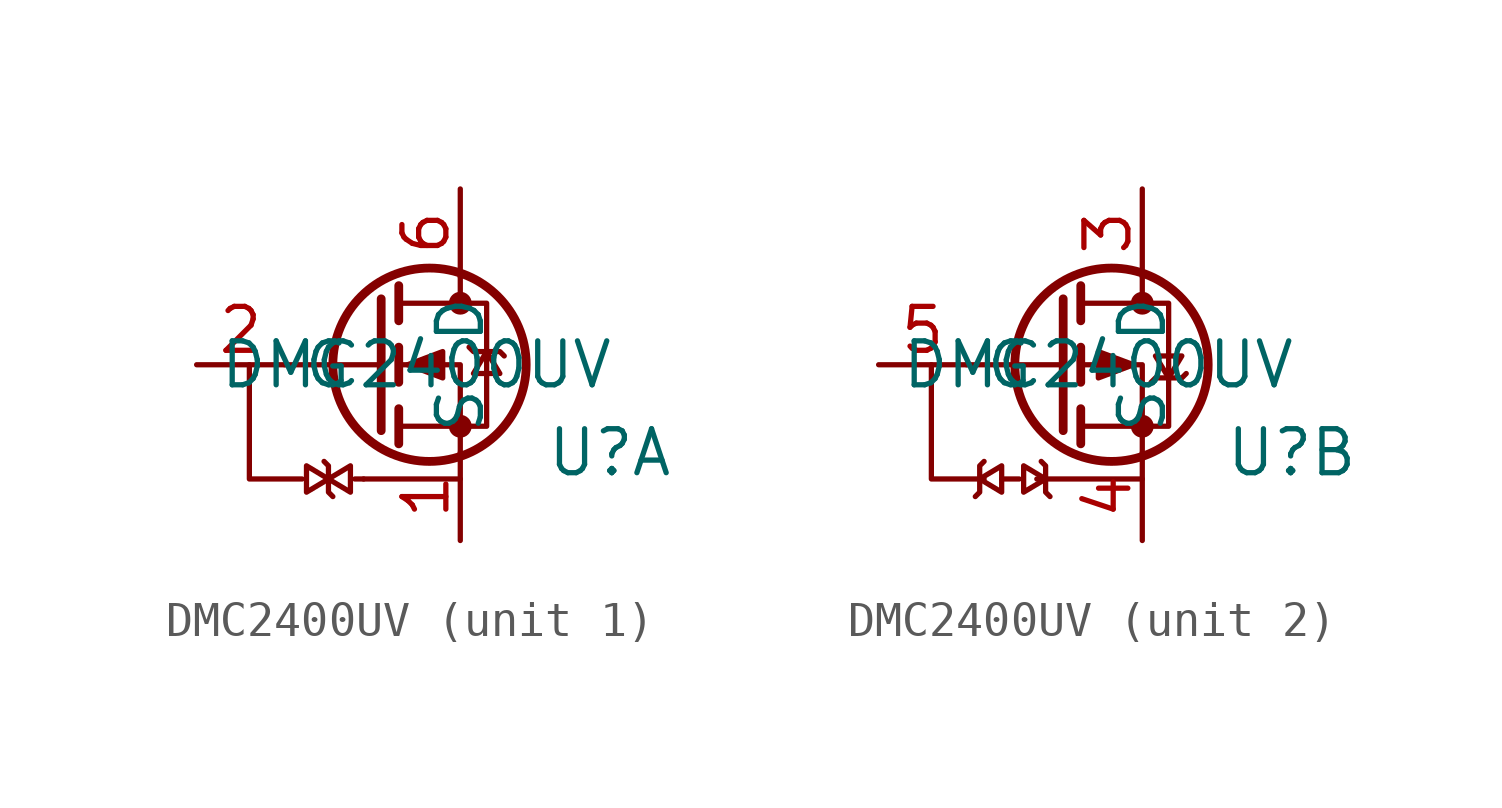
<source format=kicad_sym>
(kicad_symbol_lib
  (version 20231120)
  (generator "kicad_symbol_editor")
  (generator_version "8.0")
  (symbol "DMC2400UV"
    (property "Reference" "U"
      (at 6.858 -2.54 0)
      (effects (font (size 1.27 1.27))))
    (property "Value" "DMC2400UV"
      (at 1.27 0 0)
      (effects (font (size 1.27 1.27))))
    (property "ki_locked" ""
      (at 0 0 0)
      (effects (font (size 1.27 1.27))))
    (symbol "DMC2400UV_0_1"
      (polyline (pts (xy -0.254 -3.302) (xy -0.508 -3.302)) (stroke (width 0) (type default)) (fill (type none)))
      (polyline (pts (xy -0.254 -3.302) (xy 2.54 -3.302)) (stroke (width 0) (type default)) (fill (type none)))
      (polyline (pts (xy 0.254 0) (xy -2.54 0)) (stroke (width 0) (type default)) (fill (type none)))
      (polyline (pts (xy 0.254 1.905) (xy 0.254 -1.905)) (stroke (width 0.254) (type default)) (fill (type none)))
      (polyline (pts (xy 0.762 -1.27) (xy 0.762 -2.286)) (stroke (width 0.254) (type default)) (fill (type none)))
      (polyline (pts (xy 0.762 0.508) (xy 0.762 -0.508)) (stroke (width 0.254) (type default)) (fill (type none)))
      (polyline (pts (xy 0.762 2.286) (xy 0.762 1.27)) (stroke (width 0.254) (type default)) (fill (type none)))
      (polyline (pts (xy 2.54 2.54) (xy 2.54 1.778)) (stroke (width 0) (type default)) (fill (type none)))
      (polyline (pts (xy -3.556 0) (xy -3.556 -3.302) (xy -2.032 -3.302)) (stroke (width 0) (type default)) (fill (type none)))
      (polyline (pts (xy 2.54 -2.54) (xy 2.54 0) (xy 0.762 0)) (stroke (width 0) (type default)) (fill (type none)))
      (polyline (pts (xy 0.762 -1.778) (xy 3.302 -1.778) (xy 3.302 1.778) (xy 0.762 1.778)) (stroke (width 0) (type default)) (fill (type none)))
      (circle (center 1.651 0) (radius 2.794) (stroke (width 0.254) (type default)) (fill (type none)))
      (circle (center 2.54 -1.778) (radius 0.254) (stroke (width 0) (type default)) (fill (type outline)))
      (circle (center 2.54 1.778) (radius 0.254) (stroke (width 0) (type default)) (fill (type outline))))
    (symbol "DMC2400UV_1_1"
      (polyline (pts (xy -1.27 -3.302) (xy -1.905 -3.683) (xy -1.905 -2.921) (xy -1.27 -3.302)) (stroke (width 0) (type default)) (fill (type none)))
      (polyline (pts (xy -1.27 -3.302) (xy -0.635 -3.683) (xy -0.635 -2.921) (xy -1.27 -3.302)) (stroke (width 0) (type default)) (fill (type none)))
      (polyline (pts (xy -1.143 -3.81) (xy -1.27 -3.683) (xy -1.27 -2.921) (xy -1.397 -2.794)) (stroke (width 0) (type default)) (fill (type none)))
      (polyline (pts (xy 1.016 0) (xy 2.032 0.381) (xy 2.032 -0.381) (xy 1.016 0)) (stroke (width 0) (type default)) (fill (type outline)))
      (polyline (pts (xy 2.794 0.508) (xy 2.921 0.381) (xy 3.683 0.381) (xy 3.81 0.254)) (stroke (width 0) (type default)) (fill (type none)))
      (polyline (pts (xy 3.302 0.381) (xy 2.921 -0.254) (xy 3.683 -0.254) (xy 3.302 0.381)) (stroke (width 0) (type default)) (fill (type none)))
      (pin passive line (at 2.54 -5.08 90) (length 2.54) (name "S" (effects (font (size 1.27 1.27)))) (number "1" (effects (font (size 1.27 1.27)))))
      (pin input line (at -5.08 0 0) (length 2.54) (name "G" (effects (font (size 1.27 1.27)))) (number "2" (effects (font (size 1.27 1.27)))))
      (pin passive line (at 2.54 5.08 270) (length 2.54) (name "D" (effects (font (size 1.27 1.27)))) (number "6" (effects (font (size 1.27 1.27))))))
    (symbol "DMC2400UV_2_1"
      (polyline (pts (xy -1.524 -3.302) (xy -1.016 -3.302)) (stroke (width 0) (type default)) (fill (type none)))
      (polyline (pts (xy -2.286 -3.81) (xy -2.159 -3.683) (xy -2.159 -2.921) (xy -2.032 -2.794)) (stroke (width 0) (type default)) (fill (type none)))
      (polyline (pts (xy -2.159 -3.302) (xy -1.524 -3.683) (xy -1.524 -2.921) (xy -2.159 -3.302)) (stroke (width 0) (type default)) (fill (type none)))
      (polyline (pts (xy -0.254 -3.302) (xy -0.889 -3.683) (xy -0.889 -2.921) (xy -0.254 -3.302)) (stroke (width 0) (type default)) (fill (type none)))
      (polyline (pts (xy -0.127 -3.81) (xy -0.254 -3.683) (xy -0.254 -2.921) (xy -0.381 -2.794)) (stroke (width 0) (type default)) (fill (type none)))
      (polyline (pts (xy 2.286 0) (xy 1.27 0.381) (xy 1.27 -0.381) (xy 2.286 0)) (stroke (width 0) (type default)) (fill (type outline)))
      (polyline (pts (xy 2.794 -0.508) (xy 2.921 -0.381) (xy 3.683 -0.381) (xy 3.81 -0.254)) (stroke (width 0) (type default)) (fill (type none)))
      (polyline (pts (xy 3.302 -0.381) (xy 2.921 0.254) (xy 3.683 0.254) (xy 3.302 -0.381)) (stroke (width 0) (type default)) (fill (type none)))
      (pin passive line (at 2.54 5.08 270) (length 2.54) (name "D" (effects (font (size 1.27 1.27)))) (number "3" (effects (font (size 1.27 1.27)))))
      (pin passive line (at 2.54 -5.08 90) (length 2.54) (name "S" (effects (font (size 1.27 1.27)))) (number "4" (effects (font (size 1.27 1.27)))))
      (pin input line (at -5.08 0 0) (length 2.54) (name "G" (effects (font (size 1.27 1.27)))) (number "5" (effects (font (size 1.27 1.27))))))))
</source>
